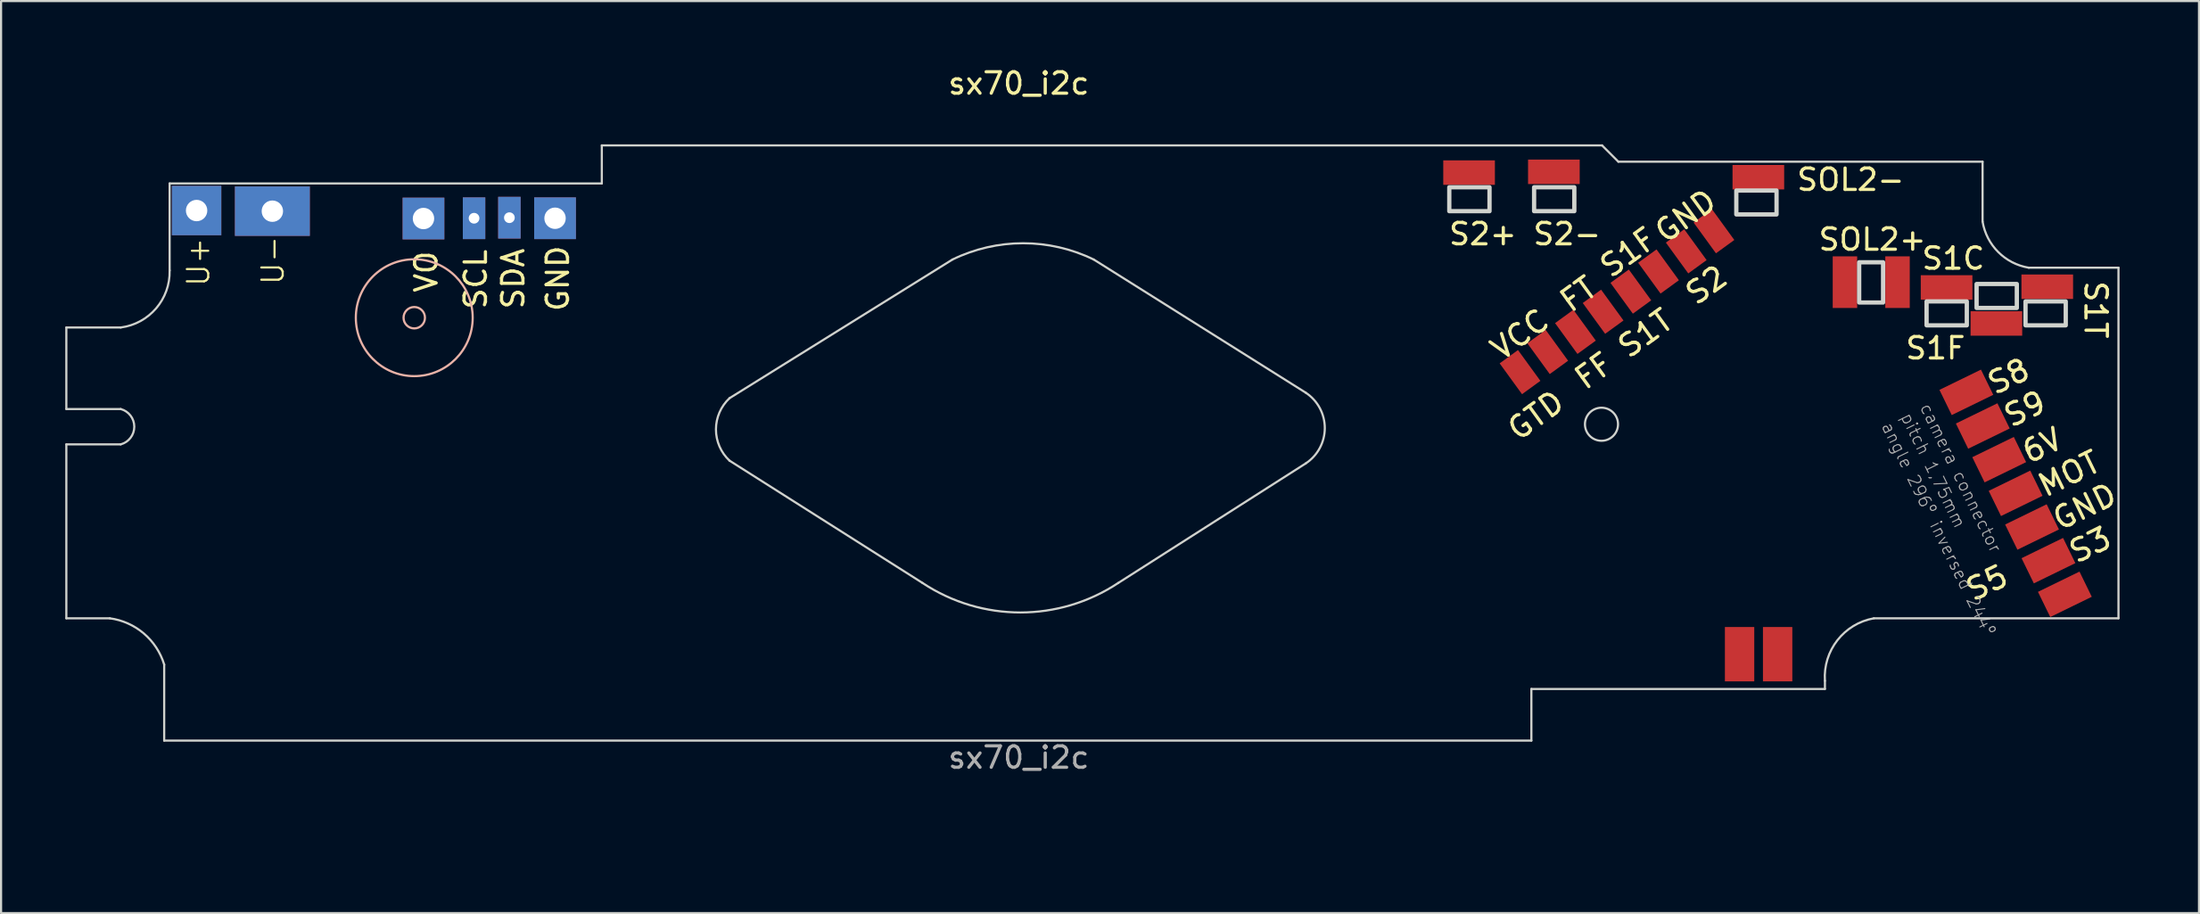
<source format=kicad_pcb>
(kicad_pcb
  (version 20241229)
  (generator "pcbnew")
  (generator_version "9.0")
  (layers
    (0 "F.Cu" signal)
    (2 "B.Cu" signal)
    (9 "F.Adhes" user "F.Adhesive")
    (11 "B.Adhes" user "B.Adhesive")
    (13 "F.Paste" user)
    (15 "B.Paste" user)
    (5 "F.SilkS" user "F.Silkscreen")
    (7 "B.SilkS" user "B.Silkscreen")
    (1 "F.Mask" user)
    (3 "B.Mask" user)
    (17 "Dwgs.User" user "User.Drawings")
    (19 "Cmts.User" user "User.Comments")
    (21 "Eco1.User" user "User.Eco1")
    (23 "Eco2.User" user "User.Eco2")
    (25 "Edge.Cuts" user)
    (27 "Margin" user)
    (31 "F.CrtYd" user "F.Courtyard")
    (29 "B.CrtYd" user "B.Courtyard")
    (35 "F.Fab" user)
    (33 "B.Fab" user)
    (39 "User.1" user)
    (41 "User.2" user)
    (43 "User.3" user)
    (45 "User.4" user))
  (footprint "sx70_i2c"
    (layer "F.Cu")
    (at 44.652 15.987)
    (property "Reference" "sx70_i2c" (at -0.102 -15.138 0) (unlocked yes) (layer "F.SilkS") (effects (font (size 1 1) (thickness 0.15))))
    (fp_circle (center -28.346 -4.191) (end -27.846 -4.191) (stroke (width 0.102) (type solid)) (fill no) (layer "B.SilkS"))
    (fp_circle (center -28.346 -4.191) (end -25.616 -4.191) (stroke (width 0.102) (type solid)) (fill no) (layer "B.SilkS"))
    (fp_line (start -44.602 -3.734) (end -42.062 -3.734) (stroke (width 0.1) (type default)) (layer "Edge.Cuts"))
    (fp_line (start -44.602 0.076) (end -44.602 -3.734) (stroke (width 0.1) (type default)) (layer "Edge.Cuts"))
    (fp_line (start -44.602 1.727) (end -42.062 1.727) (stroke (width 0.1) (type default)) (layer "Edge.Cuts"))
    (fp_line (start -44.602 9.855) (end -44.602 1.727) (stroke (width 0.1) (type default)) (layer "Edge.Cuts"))
    (fp_line (start -42.57 9.855) (end -44.602 9.855) (stroke (width 0.1) (type default)) (layer "Edge.Cuts"))
    (fp_line (start -42.062 0.076) (end -44.602 0.076) (stroke (width 0.1) (type default)) (layer "Edge.Cuts"))
    (fp_line (start -40.03 15.57) (end -40.03 12.014) (stroke (width 0.1) (type default)) (layer "Edge.Cuts"))
    (fp_line (start -39.776 -10.465) (end -39.776 -6.401) (stroke (width 0.1) (type default)) (layer "Edge.Cuts"))
    (fp_line (start -39.776 -10.465) (end -19.583 -10.465) (stroke (width 0.1) (type default)) (layer "Edge.Cuts"))
    (fp_line (start -19.583 -12.243) (end 27.153 -12.243) (stroke (width 0.1) (type default)) (layer "Edge.Cuts"))
    (fp_line (start -19.583 -10.465) (end -19.583 -12.243) (stroke (width 0.1) (type default)) (layer "Edge.Cuts"))
    (fp_line (start -13.614 -0.432) (end -3.2 -6.909) (stroke (width 0.1) (type default)) (layer "Edge.Cuts"))
    (fp_line (start -13.614 2.489) (end -4.597 8.204) (stroke (width 0.1) (type default)) (layer "Edge.Cuts"))
    (fp_line (start 3.404 -6.909) (end 13.31 -0.686) (stroke (width 0.1) (type default)) (layer "Edge.Cuts"))
    (fp_line (start 13.31 2.616) (end 4.547 8.204) (stroke (width 0.1) (type default)) (layer "Edge.Cuts"))
    (fp_line (start 23.851 13.157) (end 23.851 15.57) (stroke (width 0.1) (type default)) (layer "Edge.Cuts"))
    (fp_line (start 23.851 15.57) (end -40.03 15.57) (stroke (width 0.1) (type default)) (layer "Edge.Cuts"))
    (fp_line (start 27.153 -12.243) (end 27.915 -11.481) (stroke (width 0.1) (type default)) (layer "Edge.Cuts"))
    (fp_line (start 27.915 -11.481) (end 44.933 -11.481) (stroke (width 0.1) (type default)) (layer "Edge.Cuts"))
    (fp_line (start 37.567 12.776) (end 37.567 13.157) (stroke (width 0.1) (type default)) (layer "Edge.Cuts"))
    (fp_line (start 37.567 13.157) (end 23.851 13.157) (stroke (width 0.1) (type default)) (layer "Edge.Cuts"))
    (fp_line (start 44.933 -11.481) (end 44.933 -8.687) (stroke (width 0.1) (type default)) (layer "Edge.Cuts"))
    (fp_line (start 47.092 -6.528) (end 51.283 -6.528) (stroke (width 0.1) (type default)) (layer "Edge.Cuts"))
    (fp_line (start 51.283 -6.528) (end 51.283 9.855) (stroke (width 0.1) (type default)) (layer "Edge.Cuts"))
    (fp_line (start 51.283 9.855) (end 39.853 9.855) (stroke (width 0.1) (type default)) (layer "Edge.Cuts"))
    (fp_rect (start 20.015 -10.287) (end 21.895 -9.169) (stroke (width 0.2) (type default)) (fill no) (layer "Edge.Cuts"))
    (fp_rect (start 23.978 -10.287) (end 25.857 -9.169) (stroke (width 0.2) (type default)) (fill no) (layer "Edge.Cuts"))
    (fp_rect (start 33.426 -10.135) (end 35.306 -9.017) (stroke (width 0.2) (type default)) (fill no) (layer "Edge.Cuts"))
    (fp_rect (start 39.167 -4.902) (end 40.284 -6.782) (stroke (width 0.2) (type default)) (fill no) (layer "Edge.Cuts"))
    (fp_rect (start 42.316 -4.953) (end 44.196 -3.835) (stroke (width 0.2) (type default)) (fill no) (layer "Edge.Cuts"))
    (fp_rect (start 44.653 -5.766) (end 46.533 -4.648) (stroke (width 0.2) (type default)) (fill no) (layer "Edge.Cuts"))
    (fp_rect (start 46.939 -4.953) (end 48.819 -3.835) (stroke (width 0.2) (type default)) (fill no) (layer "Edge.Cuts"))
    (fp_arc (start -42.570401 9.8552) (mid -40.983915 10.562363) (end -40.030401 12.0142) (stroke (width 0.1) (type default)) (layer "Edge.Cuts"))
    (fp_arc (start -42.062401 0.0762) (mid -41.427401 0.9017) (end -42.062401 1.7272) (stroke (width 0.1) (type default)) (layer "Edge.Cuts"))
    (fp_arc (start -39.776401 -6.4008) (mid -40.406919 -4.628029) (end -42.062401 -3.7338) (stroke (width 0.1) (type default)) (layer "Edge.Cuts"))
    (fp_arc (start -13.614401 2.4892) (mid -14.249401 1.0287) (end -13.614401 -0.4318) (stroke (width 0.1) (type default)) (layer "Edge.Cuts"))
    (fp_arc (start -3.2004 -6.9088) (mid 0.101599 -7.6708) (end 3.403599 -6.9088) (stroke (width 0.1) (type default)) (layer "Edge.Cuts"))
    (fp_arc (start 4.546599 8.2042) (mid -0.025401 9.582063) (end -4.597401 8.2042) (stroke (width 0.1) (type default)) (layer "Edge.Cuts"))
    (fp_arc (start 13.309599 -0.685799) (mid 14.198599 0.9652) (end 13.309599 2.6162) (stroke (width 0.1) (type default)) (layer "Edge.Cuts"))
    (fp_arc (start 37.566599 12.7762) (mid 38.150724 10.878322) (end 39.852599 9.855201) (stroke (width 0.1) (type default)) (layer "Edge.Cuts"))
    (fp_arc (start 47.091599 -6.5278) (mid 45.664323 -7.259524) (end 44.932599 -8.6868) (stroke (width 0.1) (type default)) (layer "Edge.Cuts"))
    (fp_circle (center 27.127 0.787) (end 27.9 0.787) (stroke (width 0.1) (type default)) (fill no) (layer "Edge.Cuts"))
    (fp_line (start -28.079 7.566) (end -11.843 -11.945) (stroke (width 0.254) (type solid)) (layer "User.9"))
    (fp_line (start -28.064 15.647) (end -28.079 7.566) (stroke (width 0.254) (type solid)) (layer "User.9"))
    (fp_line (start -11.843 -11.945) (end 15.11 -12.072) (stroke (width 0.254) (type solid)) (layer "User.9"))
    (fp_line (start 15.11 -12.072) (end 28.848 7.372) (stroke (width 0.254) (type solid)) (layer "User.9"))
    (fp_line (start 23.8 13.205) (end 23.8 15.548) (stroke (width 0.254) (type solid)) (layer "User.9"))
    (fp_line (start 23.8 15.548) (end -28.064 15.647) (stroke (width 0.254) (type solid)) (layer "User.9"))
    (fp_line (start 28.848 7.372) (end 36.573 9.24) (stroke (width 0.254) (type solid)) (layer "User.9"))
    (fp_line (start 36.573 9.24) (end 36.583 13.132) (stroke (width 0.254) (type solid)) (layer "User.9"))
    (fp_line (start 36.615 13.205) (end 23.8 13.205) (stroke (width 0.254) (type solid)) (layer "User.9"))
    (fp_line (start 39.853 -0.006) (end 44.234 -2.038) (stroke (width 0.254) (type solid)) (layer "User.9"))
    (fp_line (start 39.916 9.709) (end 39.853 -0.006) (stroke (width 0.254) (type solid)) (layer "User.9"))
    (fp_line (start 44.171 -2.038) (end 50.013 9.201) (stroke (width 0.254) (type solid)) (layer "User.9"))
    (fp_line (start 48.489 15.678) (end 42.837 11.932) (stroke (width 0.254) (type solid)) (layer "User.9"))
    (fp_line (start 48.87 20.504) (end 48.87 16.059) (stroke (width 0.254) (type solid)) (layer "User.9"))
    (fp_line (start 50.013 9.201) (end 51.346 9.201) (stroke (width 0.254) (type solid)) (layer "User.9"))
    (fp_line (start 51.918 9.773) (end 51.918 20.504) (stroke (width 0.254) (type solid)) (layer "User.9"))
    (fp_line (start 51.918 20.504) (end 48.87 20.504) (stroke (width 0.254) (type solid)) (layer "User.9"))
    (fp_arc (start 39.916099 9.836149) (mid 41.985225 10.118204) (end 42.9006 11.99515) (stroke (width 0.254) (type solid)) (layer "User.9"))
    (fp_arc (start 51.3461 9.20115) (mid 51.750192 9.368558) (end 51.9176 9.77265) (stroke (width 0.254) (type solid)) (layer "User.9"))
    (fp_text user "MOT" (at 50.142 1.882 26) (unlocked yes) (layer "F.SilkS") (effects (font (size 1 1) (thickness 0.15)) (justify right top)))
    (fp_text user "FT" (at 26.44 -6.299 36) (layer "F.SilkS") (effects (font (size 1 1) (thickness 0.15)) (justify right top)))
    (fp_text user "6V" (at 48.364 0.813 26) (unlocked yes) (layer "F.SilkS") (effects (font (size 1 1) (thickness 0.15)) (justify right top)))
    (fp_text user "SCL" (at -26.06 -7.468 90) (unlocked yes) (layer "F.SilkS") (effects (font (size 1 1) (thickness 0.15)) (justify right top)))
    (fp_text user "S2-" (at 23.851 -7.516 0) (unlocked yes) (layer "F.SilkS") (effects (font (size 1 1) (thickness 0.15)) (justify left bottom)))
    (fp_text user "GND" (at -22.225 -7.645 90) (unlocked yes) (layer "F.SilkS") (effects (font (size 1 1) (thickness 0.15)) (justify right top)))
    (fp_text user "GTD" (at 24.916 -0.965 36) (layer "F.SilkS") (effects (font (size 1 1) (thickness 0.15)) (justify right top)))
    (fp_text user "U+" (at -37.846 -5.588 90) (unlocked yes) (layer "F.SilkS") (effects (font (size 1 1) (thickness 0.1)) (justify left bottom)))
    (fp_text user "SDA" (at -24.308 -7.518 90) (unlocked yes) (layer "F.SilkS") (effects (font (size 1 1) (thickness 0.15)) (justify right top)))
    (fp_text user "GND" (at 32.028 -10.363 36) (layer "F.SilkS") (effects (font (size 1 1) (thickness 0.15)) (justify right top)))
    (fp_text user "S9" (at 47.602 -0.912 26) (unlocked yes) (layer "F.SilkS") (effects (font (size 1 1) (thickness 0.15)) (justify right top)))
    (fp_text user "S3" (at 50.65 5.438 26) (unlocked yes) (layer "F.SilkS") (effects (font (size 1 1) (thickness 0.15)) (justify right top)))
    (fp_text user "SOL2+" (at 37.188 -7.262 0) (unlocked yes) (layer "F.SilkS") (effects (font (size 1 1) (thickness 0.15)) (justify left bottom)))
    (fp_text user "VO" (at -28.372 -7.391 90) (unlocked yes) (layer "F.SilkS") (effects (font (size 1 1) (thickness 0.15)) (justify right top)))
    (fp_text user "S5" (at 45.824 7.216 26) (unlocked yes) (layer "F.SilkS") (effects (font (size 1 1) (thickness 0.15)) (justify right top)))
    (fp_text user "VCC" (at 24.206 -4.775 36) (layer "F.SilkS") (effects (font (size 1 1) (thickness 0.15)) (justify right top)))
    (fp_text user "S1T" (at 29.996 -4.775 36) (layer "F.SilkS") (effects (font (size 1 1) (thickness 0.15)) (justify right top)))
    (fp_text user "S1C" (at 42.014 -6.375 0) (unlocked yes) (layer "F.SilkS") (effects (font (size 1 1) (thickness 0.15)) (justify left bottom)))
    (fp_text user "S2" (at 32.536 -6.807 36) (layer "F.SilkS") (effects (font (size 1 1) (thickness 0.15)) (justify right top)))
    (fp_text user "S8" (at 46.84 -2.436 26) (unlocked yes) (layer "F.SilkS") (effects (font (size 1 1) (thickness 0.15)) (justify right top)))
    (fp_text user "S2+" (at 19.916 -7.516 0) (unlocked yes) (layer "F.SilkS") (effects (font (size 1 1) (thickness 0.15)) (justify left bottom)))
    (fp_text user "S1F" (at 29.234 -8.585 36) (layer "F.SilkS") (effects (font (size 1 1) (thickness 0.15)) (justify right top)))
    (fp_text user "S1F" (at 41.252 -2.182 0) (unlocked yes) (layer "F.SilkS") (effects (font (size 1 1) (thickness 0.15)) (justify left bottom)))
    (fp_text user "S1T" (at 49.634 -5.992 270) (unlocked yes) (layer "F.SilkS") (effects (font (size 1 1) (thickness 0.15)) (justify left bottom)))
    (fp_text user "FF" (at 27.202 -2.743 36) (layer "F.SilkS") (effects (font (size 1 1) (thickness 0.15)) (justify right top)))
    (fp_text user "U-" (at -34.366 -5.664 90) (unlocked yes) (layer "F.SilkS") (effects (font (size 1 1) (thickness 0.1)) (justify left bottom)))
    (fp_text user "SOL2-" (at 36.172 -10.056 0) (unlocked yes) (layer "F.SilkS") (effects (font (size 1 1) (thickness 0.15)) (justify left bottom)))
    (fp_text user "GND" (at 50.904 3.406 26) (unlocked yes) (layer "F.SilkS") (effects (font (size 1 1) (thickness 0.15)) (justify right top)))
    (fp_text user "pitch 1,75mm" (at 41.034 0.411 296) (layer "F.Fab") (effects (font (size 0.561 0.561) (thickness 0.049)) (justify left bottom)))
    (fp_text user "camera connector" (at 41.933 -0.027 296) (layer "F.Fab") (effects (font (size 0.561 0.561) (thickness 0.049)) (justify left bottom)))
    (fp_text user "${REFERENCE}" (at -0.102 16.36 0) (unlocked yes) (layer "F.Fab") (effects (font (size 1 1) (thickness 0.15))))
    (fp_text user "angle 296º inversed 244º" (at 40.135 0.85 296) (layer "F.Fab") (effects (font (size 0.561 0.561) (thickness 0.049)) (justify left bottom)))
    (fp_text user "FLASHFLEX CONNECTOR\nANGLE TOP: 306º\nANGLE BOTTOM: 144º" (at 33.401 -7.645 36) (layer "User.1") (effects (font (size 0.28 0.28) (thickness 0.024)) (justify right top)))
    (fp_text user "\nPCB width <=0.8mm " (at 0.581 0.609 0) (unlocked yes) (layer "User.2") (effects (font (size 1.636 1.636) (thickness 0.142))))
    (dimension (type orthogonal) (layer "User.3") (pts (xy 4.876 5.522) (xy 16.306 5.496)) (height 10.721) (orientation 0) (format (prefix "") (suffix "") (units 3) (units_format 1) (precision 4)) (style (thickness 0.1) (arrow_length 1.27) (text_position_mode 0) (arrow_direction outward) (extension_height 0.586) (extension_offset 0.5) (keep_text_aligned yes)) (gr_text "11.4300 mm" (at 10.591 15.143 0) (layer "User.3") (effects (font (size 1 1) (thickness 0.1)))))
    (dimension (type orthogonal) (layer "User.3") (pts (xy 4.876 5.522) (xy 10.845 11.796)) (height 20.952) (orientation 1) (format (prefix "") (suffix "") (units 3) (units_format 1) (precision 4)) (style (thickness 0.1) (arrow_length 1.27) (text_position_mode 0) (arrow_direction outward) (extension_height 0.586) (extension_offset 0.5) (keep_text_aligned yes)) (gr_text "6.2738 mm" (at 24.728 8.659 90) (layer "User.3") (effects (font (size 1 1) (thickness 0.1)))))
    (pad "FF" smd rect (at 25.909 -3.53 126) (size 1.78 1.06) (layers "F.Cu" "F.Mask" "F.Paste"))
    (pad "FT" smd rect (at 27.203 -4.47 126) (size 1.78 1.06) (layers "F.Cu" "F.Mask" "F.Paste"))
    (pad "GND" thru_hole rect (at -21.768 -8.839) (size 1.95 1.95) (drill 1) (layers "*.Cu" "*.Mask"))
    (pad "GND" smd rect (at 32.381 -8.232 126) (size 1.78 1.06) (layers "F.Cu" "F.Mask" "F.Paste"))
    (pad "GND" smd rect (at 47.244 5.588 26) (size 2.159 1.31) (layers "F.Cu" "F.Mask" "F.Paste"))
    (pad "GTD" smd rect (at 23.32 -1.649 126) (size 1.78 1.06) (layers "F.Cu" "F.Mask" "F.Paste"))
    (pad "MOTOR" smd rect (at 46.477 4.015 26) (size 2.159 1.31) (layers "F.Cu" "F.Mask" "F.Paste"))
    (pad "S1C" smd rect (at 43.251 -5.606) (size 2.413 1.143) (layers "F.Cu" "F.Mask" "F.Paste"))
    (pad "S1F" smd rect (at 45.578 -3.922) (size 2.413 1.143) (layers "F.Cu" "F.Mask" "F.Paste"))
    (pad "S1F_FPC" smd rect (at 29.792 -6.351 126) (size 1.78 1.06) (layers "F.Cu" "F.Mask" "F.Paste"))
    (pad "S1T" smd rect (at 28.498 -5.411 126) (size 1.78 1.06) (layers "F.Cu" "F.Mask" "F.Paste"))
    (pad "S1T" smd rect (at 47.955 -5.639) (size 2.413 1.143) (layers "F.Cu" "F.Mask" "F.Paste"))
    (pad "S2" smd rect (at 31.087 -7.292 126) (size 1.78 1.06) (layers "F.Cu" "F.Mask" "F.Paste"))
    (pad "S2+" smd rect (at 20.94 -10.972) (size 2.413 1.143) (layers "F.Cu" "F.Mask" "F.Paste"))
    (pad "S2-" smd rect (at 24.902 -11.009) (size 2.413 1.143) (layers "F.Cu" "F.Mask" "F.Paste"))
    (pad "S3" smd rect (at 48.011 7.161 26) (size 2.159 1.31) (layers "F.Cu" "F.Mask" "F.Paste"))
    (pad "S5" smd rect (at 48.778 8.734 26) (size 2.159 1.31) (layers "F.Cu" "F.Mask" "F.Paste"))
    (pad "S8" smd rect (at 44.175 -0.704 26) (size 2.159 1.31) (layers "F.Cu" "F.Mask" "F.Paste"))
    (pad "S9" smd rect (at 44.943 0.869 26) (size 2.159 1.31) (layers "F.Cu" "F.Mask" "F.Paste"))
    (pad "SCL" thru_hole rect (at -25.552 -8.839) (size 1.05 1.95) (drill 0.5) (layers "*.Cu" "*.Mask"))
    (pad "SDA" thru_hole rect (at -23.901 -8.865) (size 1.05 1.95) (drill 0.5) (layers "*.Cu" "*.Mask"))
    (pad "SOL1+" smd rect (at 33.579 11.532) (size 1.372 2.54) (layers "F.Cu" "F.Mask" "F.Paste"))
    (pad "SOL1-" smd rect (at 35.357 11.532) (size 1.372 2.54) (layers "F.Cu" "F.Mask" "F.Paste"))
    (pad "SOL2+" smd rect (at 38.502 -5.852 90) (size 2.413 1.143) (layers "F.Cu" "F.Mask" "F.Paste"))
    (pad "SOL2+" smd rect (at 40.959 -5.852 90) (size 2.413 1.143) (layers "F.Cu" "F.Mask" "F.Paste"))
    (pad "SOL2-" smd rect (at 34.456 -10.757) (size 2.413 1.143) (layers "F.Cu" "F.Mask" "F.Paste"))
    (pad "UDN" thru_hole rect (at -34.976 -9.169 90) (size 2.31 3.5) (drill 1) (layers "*.Cu" "*.Mask"))
    (pad "UDP" thru_hole rect (at -38.516 -9.199) (size 2.31 2.31) (drill 1) (layers "*.Cu" "*.Mask"))
    (pad "VCC" smd rect (at 24.615 -2.589 126) (size 1.78 1.06) (layers "F.Cu" "F.Mask" "F.Paste"))
    (pad "VCC" smd rect (at 45.71 2.442 26) (size 2.159 1.31) (layers "F.Cu" "F.Mask" "F.Paste"))
    (pad "VO" thru_hole rect (at -27.915 -8.826) (size 1.95 1.95) (drill 1) (layers "*.Cu" "*.Mask")))
  (gr_rect
    (start -3 -3)
    (end 99.697 39.618)
    (stroke (width 0.1) (type default))
    (fill no)
    (layer "Edge.Cuts")))
</source>
